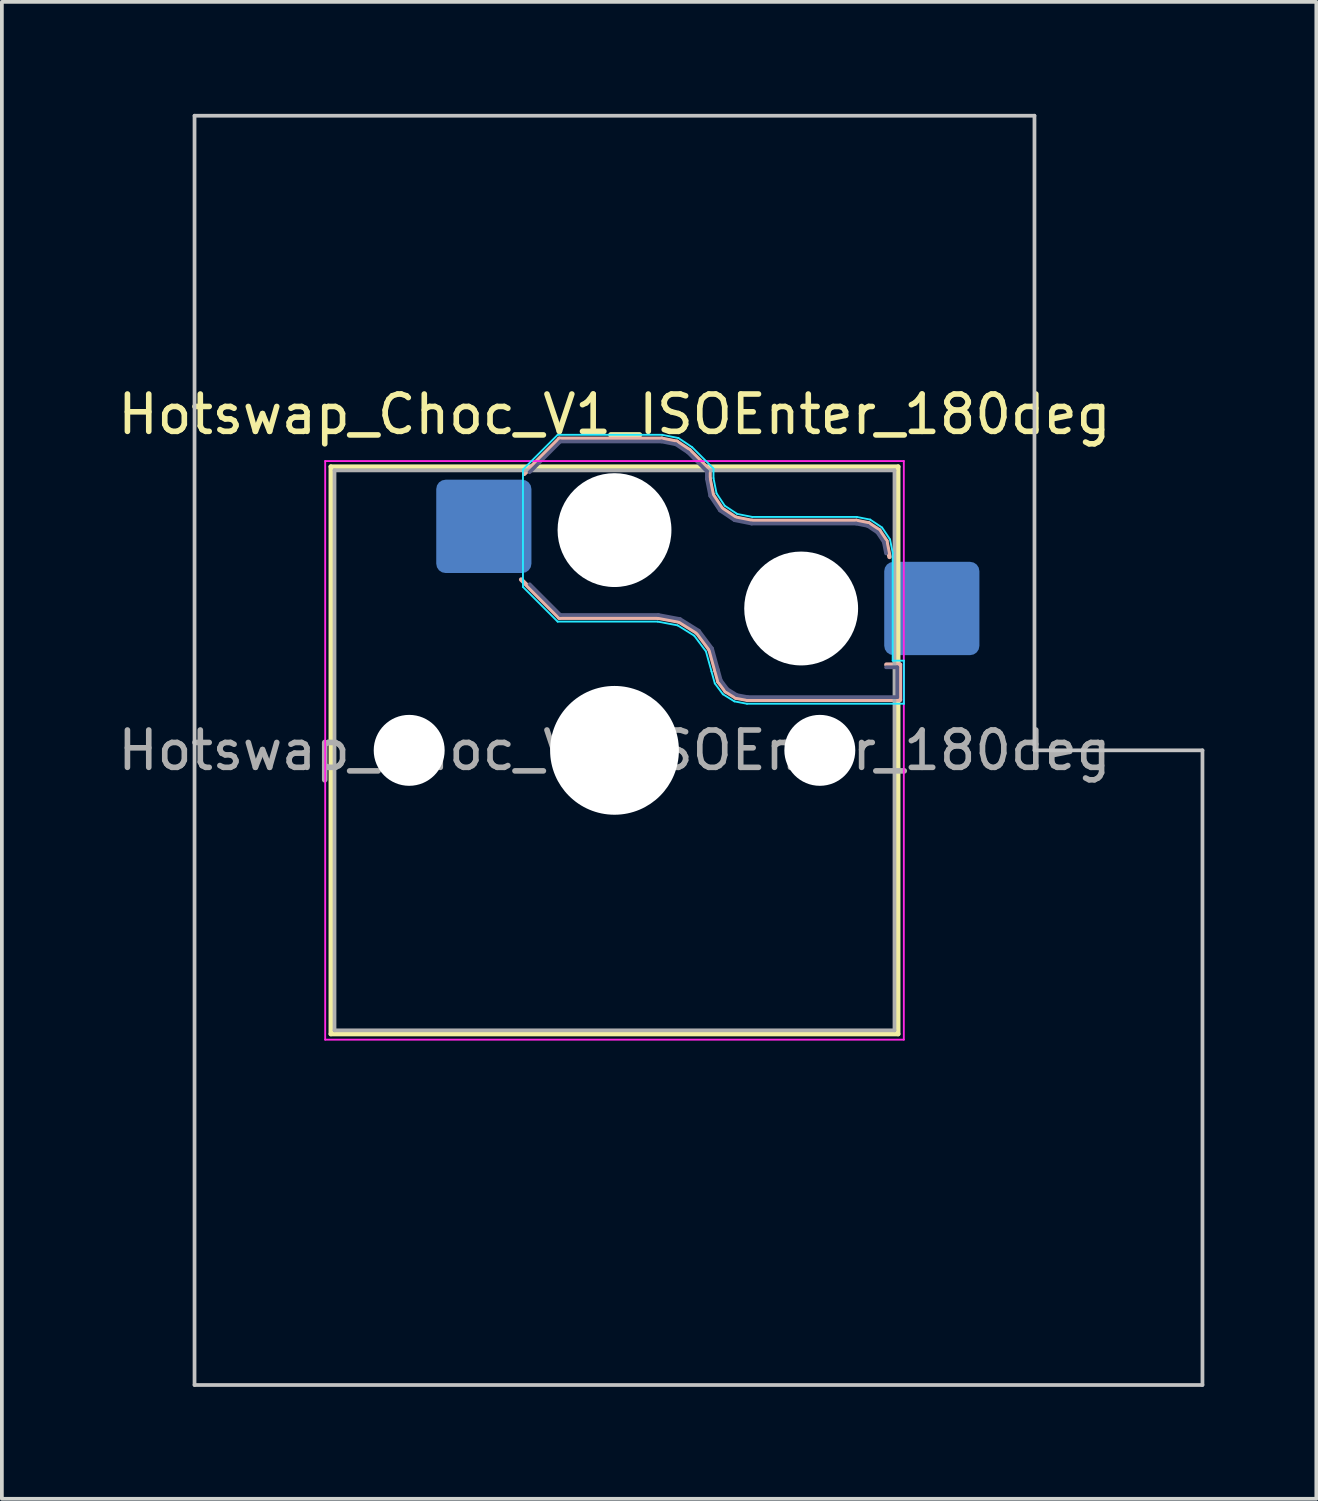
<source format=kicad_pcb>
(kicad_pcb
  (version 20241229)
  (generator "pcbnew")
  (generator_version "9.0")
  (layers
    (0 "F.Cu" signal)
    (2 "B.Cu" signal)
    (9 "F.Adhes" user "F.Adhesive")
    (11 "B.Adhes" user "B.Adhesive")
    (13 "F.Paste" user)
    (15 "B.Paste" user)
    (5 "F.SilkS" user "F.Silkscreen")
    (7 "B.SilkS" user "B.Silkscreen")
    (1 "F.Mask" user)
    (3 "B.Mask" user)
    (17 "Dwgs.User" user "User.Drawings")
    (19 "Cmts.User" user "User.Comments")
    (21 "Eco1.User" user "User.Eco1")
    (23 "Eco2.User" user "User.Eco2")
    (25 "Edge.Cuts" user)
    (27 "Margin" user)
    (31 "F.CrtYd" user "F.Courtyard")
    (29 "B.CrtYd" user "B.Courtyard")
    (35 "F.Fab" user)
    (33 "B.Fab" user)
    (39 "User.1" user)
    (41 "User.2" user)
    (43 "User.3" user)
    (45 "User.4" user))
  (footprint "Hotswap_Choc_V1_ISOEnter_180deg"
    (layer "F.Cu")
    (at 13.411 17.05)
    (property "Reference" "Hotswap_Choc_V1_ISOEnter_180deg" (at 0 -9 0) (layer "F.SilkS") (effects (font (size 1 1) (thickness 0.15))))
    (attr smd)
    (fp_line (start -7.6 -7.6) (end -7.6 7.6) (stroke (width 0.12) (type solid)) (layer "F.SilkS"))
    (fp_line (start -7.6 7.6) (end 7.6 7.6) (stroke (width 0.12) (type solid)) (layer "F.SilkS"))
    (fp_line (start 7.6 -7.6) (end -7.6 -7.6) (stroke (width 0.12) (type solid)) (layer "F.SilkS"))
    (fp_line (start 7.6 7.6) (end 7.6 -7.6) (stroke (width 0.12) (type solid)) (layer "F.SilkS"))
    (fp_line (start -2.416 -7.409) (end -1.479 -8.346) (stroke (width 0.12) (type solid)) (layer "B.SilkS"))
    (fp_line (start -1.479 -8.346) (end 1.268 -8.346) (stroke (width 0.12) (type solid)) (layer "B.SilkS"))
    (fp_line (start -1.479 -3.554) (end -2.5 -4.575) (stroke (width 0.12) (type solid)) (layer "B.SilkS"))
    (fp_line (start 1.168 -3.554) (end -1.479 -3.554) (stroke (width 0.12) (type solid)) (layer "B.SilkS"))
    (fp_line (start 1.268 -8.346) (end 1.671 -8.266) (stroke (width 0.12) (type solid)) (layer "B.SilkS"))
    (fp_line (start 1.671 -8.266) (end 2.013 -8.037) (stroke (width 0.12) (type solid)) (layer "B.SilkS"))
    (fp_line (start 1.73 -3.449) (end 1.168 -3.554) (stroke (width 0.12) (type solid)) (layer "B.SilkS"))
    (fp_line (start 2.013 -8.037) (end 2.546 -7.504) (stroke (width 0.12) (type solid)) (layer "B.SilkS"))
    (fp_line (start 2.209 -3.15) (end 1.73 -3.449) (stroke (width 0.12) (type solid)) (layer "B.SilkS"))
    (fp_line (start 2.546 -7.504) (end 2.546 -7.282) (stroke (width 0.12) (type solid)) (layer "B.SilkS"))
    (fp_line (start 2.546 -7.282) (end 2.633 -6.844) (stroke (width 0.12) (type solid)) (layer "B.SilkS"))
    (fp_line (start 2.547 -2.697) (end 2.209 -3.15) (stroke (width 0.12) (type solid)) (layer "B.SilkS"))
    (fp_line (start 2.633 -6.844) (end 2.877 -6.477) (stroke (width 0.12) (type solid)) (layer "B.SilkS"))
    (fp_line (start 2.701 -2.139) (end 2.547 -2.697) (stroke (width 0.12) (type solid)) (layer "B.SilkS"))
    (fp_line (start 2.783 -1.841) (end 2.701 -2.139) (stroke (width 0.12) (type solid)) (layer "B.SilkS"))
    (fp_line (start 2.877 -6.477) (end 3.244 -6.233) (stroke (width 0.12) (type solid)) (layer "B.SilkS"))
    (fp_line (start 2.976 -1.583) (end 2.783 -1.841) (stroke (width 0.12) (type solid)) (layer "B.SilkS"))
    (fp_line (start 3.244 -6.233) (end 3.682 -6.146) (stroke (width 0.12) (type solid)) (layer "B.SilkS"))
    (fp_line (start 3.25 -1.413) (end 2.976 -1.583) (stroke (width 0.12) (type solid)) (layer "B.SilkS"))
    (fp_line (start 3.56 -1.354) (end 3.25 -1.413) (stroke (width 0.12) (type solid)) (layer "B.SilkS"))
    (fp_line (start 3.682 -6.146) (end 6.482 -6.146) (stroke (width 0.12) (type solid)) (layer "B.SilkS"))
    (fp_line (start 6.482 -6.146) (end 6.809 -6.081) (stroke (width 0.12) (type solid)) (layer "B.SilkS"))
    (fp_line (start 6.809 -6.081) (end 7.092 -5.892) (stroke (width 0.12) (type solid)) (layer "B.SilkS"))
    (fp_line (start 7.092 -5.892) (end 7.281 -5.609) (stroke (width 0.12) (type solid)) (layer "B.SilkS"))
    (fp_line (start 7.281 -5.609) (end 7.366 -5.182) (stroke (width 0.12) (type solid)) (layer "B.SilkS"))
    (fp_line (start 7.283 -2.296) (end 7.646 -2.296) (stroke (width 0.12) (type solid)) (layer "B.SilkS"))
    (fp_line (start 7.646 -2.296) (end 7.646 -1.354) (stroke (width 0.12) (type solid)) (layer "B.SilkS"))
    (fp_line (start 7.646 -1.354) (end 3.56 -1.354) (stroke (width 0.12) (type solid)) (layer "B.SilkS"))
    (fp_line (start -11.25 -17) (end -11.25 17) (stroke (width 0.1) (type solid)) (layer "Dwgs.User"))
    (fp_line (start -11.25 17) (end 15.75 17) (stroke (width 0.1) (type solid)) (layer "Dwgs.User"))
    (fp_line (start 11.25 -17) (end -11.25 -17) (stroke (width 0.1) (type solid)) (layer "Dwgs.User"))
    (fp_line (start 11.25 0) (end 11.25 -17) (stroke (width 0.1) (type solid)) (layer "Dwgs.User"))
    (fp_line (start 15.75 0) (end 11.25 0) (stroke (width 0.1) (type solid)) (layer "Dwgs.User"))
    (fp_line (start 15.75 17) (end 15.75 0) (stroke (width 0.1) (type solid)) (layer "Dwgs.User"))
    (fp_line (start -7.25 -7.25) (end -7.25 7.25) (stroke (width 0.1) (type solid)) (layer "Eco1.User"))
    (fp_line (start -7.25 7.25) (end 7.25 7.25) (stroke (width 0.1) (type solid)) (layer "Eco1.User"))
    (fp_line (start 7.25 -7.25) (end -7.25 -7.25) (stroke (width 0.1) (type solid)) (layer "Eco1.User"))
    (fp_line (start 7.25 7.25) (end 7.25 -7.25) (stroke (width 0.1) (type solid)) (layer "Eco1.User"))
    (fp_line (start -2.452 -7.523) (end -1.523 -8.452) (stroke (width 0.05) (type solid)) (layer "B.CrtYd"))
    (fp_line (start -2.452 -4.377) (end -2.452 -7.523) (stroke (width 0.05) (type solid)) (layer "B.CrtYd"))
    (fp_line (start -1.523 -8.452) (end 1.278 -8.452) (stroke (width 0.05) (type solid)) (layer "B.CrtYd"))
    (fp_line (start -1.523 -3.448) (end -2.452 -4.377) (stroke (width 0.05) (type solid)) (layer "B.CrtYd"))
    (fp_line (start 1.159 -3.448) (end -1.523 -3.448) (stroke (width 0.05) (type solid)) (layer "B.CrtYd"))
    (fp_line (start 1.278 -8.452) (end 1.712 -8.366) (stroke (width 0.05) (type solid)) (layer "B.CrtYd"))
    (fp_line (start 1.691 -3.348) (end 1.159 -3.448) (stroke (width 0.05) (type solid)) (layer "B.CrtYd"))
    (fp_line (start 1.712 -8.366) (end 2.081 -8.119) (stroke (width 0.05) (type solid)) (layer "B.CrtYd"))
    (fp_line (start 2.081 -8.119) (end 2.652 -7.548) (stroke (width 0.05) (type solid)) (layer "B.CrtYd"))
    (fp_line (start 2.136 -3.071) (end 1.691 -3.348) (stroke (width 0.05) (type solid)) (layer "B.CrtYd"))
    (fp_line (start 2.45 -2.65) (end 2.136 -3.071) (stroke (width 0.05) (type solid)) (layer "B.CrtYd"))
    (fp_line (start 2.599 -2.111) (end 2.45 -2.65) (stroke (width 0.05) (type solid)) (layer "B.CrtYd"))
    (fp_line (start 2.652 -7.548) (end 2.652 -7.292) (stroke (width 0.05) (type solid)) (layer "B.CrtYd"))
    (fp_line (start 2.652 -7.292) (end 2.733 -6.885) (stroke (width 0.05) (type solid)) (layer "B.CrtYd"))
    (fp_line (start 2.687 -1.794) (end 2.599 -2.111) (stroke (width 0.05) (type solid)) (layer "B.CrtYd"))
    (fp_line (start 2.733 -6.885) (end 2.953 -6.553) (stroke (width 0.05) (type solid)) (layer "B.CrtYd"))
    (fp_line (start 2.903 -1.503) (end 2.687 -1.794) (stroke (width 0.05) (type solid)) (layer "B.CrtYd"))
    (fp_line (start 2.953 -6.553) (end 3.285 -6.333) (stroke (width 0.05) (type solid)) (layer "B.CrtYd"))
    (fp_line (start 3.211 -1.312) (end 2.903 -1.503) (stroke (width 0.05) (type solid)) (layer "B.CrtYd"))
    (fp_line (start 3.285 -6.333) (end 3.692 -6.252) (stroke (width 0.05) (type solid)) (layer "B.CrtYd"))
    (fp_line (start 3.55 -1.248) (end 3.211 -1.312) (stroke (width 0.05) (type solid)) (layer "B.CrtYd"))
    (fp_line (start 3.692 -6.252) (end 6.492 -6.252) (stroke (width 0.05) (type solid)) (layer "B.CrtYd"))
    (fp_line (start 6.492 -6.252) (end 6.85 -6.181) (stroke (width 0.05) (type solid)) (layer "B.CrtYd"))
    (fp_line (start 6.85 -6.181) (end 7.168 -5.968) (stroke (width 0.05) (type solid)) (layer "B.CrtYd"))
    (fp_line (start 7.168 -5.968) (end 7.381 -5.65) (stroke (width 0.05) (type solid)) (layer "B.CrtYd"))
    (fp_line (start 7.381 -5.65) (end 7.452 -5.292) (stroke (width 0.05) (type solid)) (layer "B.CrtYd"))
    (fp_line (start 7.452 -5.292) (end 7.452 -2.402) (stroke (width 0.05) (type solid)) (layer "B.CrtYd"))
    (fp_line (start 7.452 -2.402) (end 7.752 -2.402) (stroke (width 0.05) (type solid)) (layer "B.CrtYd"))
    (fp_line (start 7.752 -2.402) (end 7.752 -1.248) (stroke (width 0.05) (type solid)) (layer "B.CrtYd"))
    (fp_line (start 7.752 -1.248) (end 3.55 -1.248) (stroke (width 0.05) (type solid)) (layer "B.CrtYd"))
    (fp_line (start -7.75 -7.75) (end -7.75 7.75) (stroke (width 0.05) (type solid)) (layer "F.CrtYd"))
    (fp_line (start -7.75 7.75) (end 7.75 7.75) (stroke (width 0.05) (type solid)) (layer "F.CrtYd"))
    (fp_line (start 7.75 -7.75) (end -7.75 -7.75) (stroke (width 0.05) (type solid)) (layer "F.CrtYd"))
    (fp_line (start 7.75 7.75) (end 7.75 -7.75) (stroke (width 0.05) (type solid)) (layer "F.CrtYd"))
    (fp_line (start -2.275 -7.45) (end -1.45 -8.275) (stroke (width 0.1) (type solid)) (layer "B.Fab"))
    (fp_line (start -1.45 -8.275) (end 1.261 -8.275) (stroke (width 0.1) (type solid)) (layer "B.Fab"))
    (fp_line (start -1.45 -3.625) (end -2.275 -4.45) (stroke (width 0.1) (type solid)) (layer "B.Fab"))
    (fp_line (start 1.175 -3.625) (end -1.45 -3.625) (stroke (width 0.1) (type solid)) (layer "B.Fab"))
    (fp_line (start 1.261 -8.275) (end 1.643 -8.199) (stroke (width 0.1) (type solid)) (layer "B.Fab"))
    (fp_line (start 1.643 -8.199) (end 1.968 -7.982) (stroke (width 0.1) (type solid)) (layer "B.Fab"))
    (fp_line (start 1.756 -3.516) (end 1.175 -3.625) (stroke (width 0.1) (type solid)) (layer "B.Fab"))
    (fp_line (start 1.968 -7.982) (end 2.475 -7.475) (stroke (width 0.1) (type solid)) (layer "B.Fab"))
    (fp_line (start 2.258 -3.203) (end 1.756 -3.516) (stroke (width 0.1) (type solid)) (layer "B.Fab"))
    (fp_line (start 2.475 -7.475) (end 2.475 -7.275) (stroke (width 0.1) (type solid)) (layer "B.Fab"))
    (fp_line (start 2.475 -7.275) (end 2.566 -6.816) (stroke (width 0.1) (type solid)) (layer "B.Fab"))
    (fp_line (start 2.566 -6.816) (end 2.826 -6.426) (stroke (width 0.1) (type solid)) (layer "B.Fab"))
    (fp_line (start 2.612 -2.729) (end 2.258 -3.203) (stroke (width 0.1) (type solid)) (layer "B.Fab"))
    (fp_line (start 2.769 -2.158) (end 2.612 -2.729) (stroke (width 0.1) (type solid)) (layer "B.Fab"))
    (fp_line (start 2.826 -6.426) (end 3.216 -6.166) (stroke (width 0.1) (type solid)) (layer "B.Fab"))
    (fp_line (start 2.848 -1.873) (end 2.769 -2.158) (stroke (width 0.1) (type solid)) (layer "B.Fab"))
    (fp_line (start 3.025 -1.636) (end 2.848 -1.873) (stroke (width 0.1) (type solid)) (layer "B.Fab"))
    (fp_line (start 3.216 -6.166) (end 3.675 -6.075) (stroke (width 0.1) (type solid)) (layer "B.Fab"))
    (fp_line (start 3.276 -1.48) (end 3.025 -1.636) (stroke (width 0.1) (type solid)) (layer "B.Fab"))
    (fp_line (start 3.567 -1.425) (end 3.276 -1.48) (stroke (width 0.1) (type solid)) (layer "B.Fab"))
    (fp_line (start 3.675 -6.075) (end 6.475 -6.075) (stroke (width 0.1) (type solid)) (layer "B.Fab"))
    (fp_line (start 6.475 -6.075) (end 6.781 -6.014) (stroke (width 0.1) (type solid)) (layer "B.Fab"))
    (fp_line (start 6.781 -6.014) (end 7.041 -5.841) (stroke (width 0.1) (type solid)) (layer "B.Fab"))
    (fp_line (start 7.041 -5.841) (end 7.214 -5.581) (stroke (width 0.1) (type solid)) (layer "B.Fab"))
    (fp_line (start 7.214 -5.581) (end 7.275 -5.275) (stroke (width 0.1) (type solid)) (layer "B.Fab"))
    (fp_line (start 7.275 -2.225) (end 7.575 -2.225) (stroke (width 0.1) (type solid)) (layer "B.Fab"))
    (fp_line (start 7.575 -2.225) (end 7.575 -1.425) (stroke (width 0.1) (type solid)) (layer "B.Fab"))
    (fp_line (start 7.575 -1.425) (end 3.567 -1.425) (stroke (width 0.1) (type solid)) (layer "B.Fab"))
    (fp_line (start -7.5 -7.5) (end -7.5 7.5) (stroke (width 0.1) (type solid)) (layer "F.Fab"))
    (fp_line (start -7.5 7.5) (end 7.5 7.5) (stroke (width 0.1) (type solid)) (layer "F.Fab"))
    (fp_line (start 7.5 -7.5) (end -7.5 -7.5) (stroke (width 0.1) (type solid)) (layer "F.Fab"))
    (fp_line (start 7.5 7.5) (end 7.5 -7.5) (stroke (width 0.1) (type solid)) (layer "F.Fab"))
    (fp_text user "${REFERENCE}" (at 0 0 0) (layer "F.Fab") (effects (font (size 1 1) (thickness 0.15))))
    (pad "" np_thru_hole circle (at -5.5 0) (size 1.9 1.9) (drill 1.9) (layers "*.Cu" "*.Mask"))
    (pad "" np_thru_hole circle (at 0 -5.9) (size 3.05 3.05) (drill 3.05) (layers "*.Cu" "*.Mask"))
    (pad "" np_thru_hole circle (at 0 0) (size 3.45 3.45) (drill 3.45) (layers "*.Cu" "*.Mask"))
    (pad "" np_thru_hole circle (at 5 -3.8) (size 3.05 3.05) (drill 3.05) (layers "*.Cu" "*.Mask"))
    (pad "" np_thru_hole circle (at 5.5 0) (size 1.9 1.9) (drill 1.9) (layers "*.Cu" "*.Mask"))
    (pad "1" smd roundrect (at -3.5 -6) (size 2.55 2.5) (layers "B.Cu" "B.Mask" "B.Paste") (roundrect_rratio 0.1))
    (pad "2" smd roundrect (at 8.5 -3.8) (size 2.55 2.5) (layers "B.Cu" "B.Mask" "B.Paste") (roundrect_rratio 0.1)))
  (gr_rect
    (start -3 -3)
    (end 32.211 37.1)
    (stroke (width 0.1) (type default))
    (fill no)
    (layer "Edge.Cuts")))
</source>
